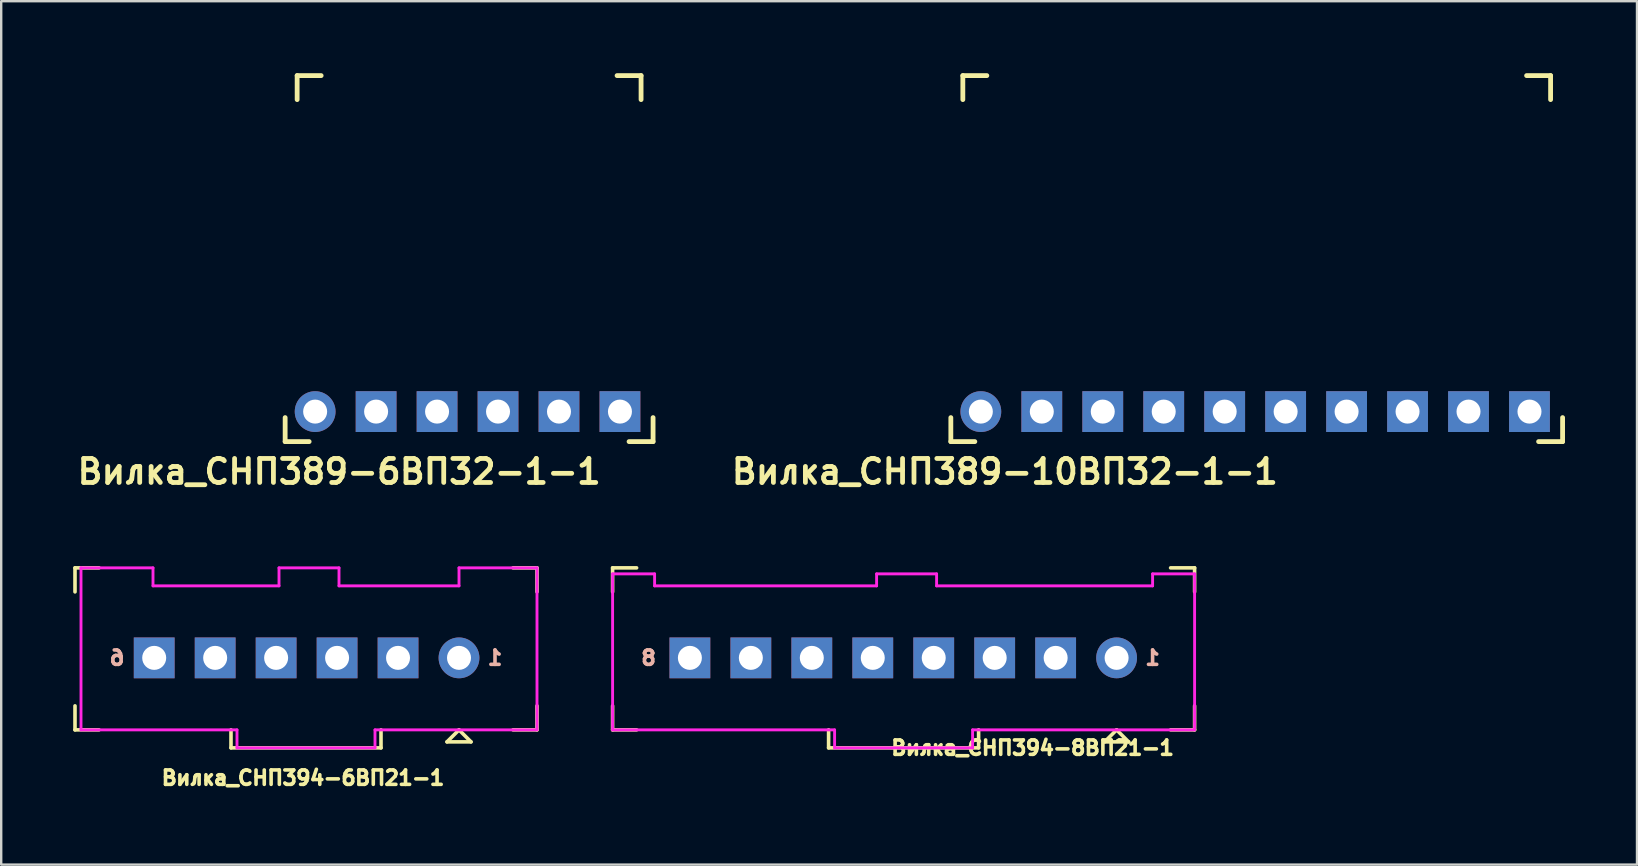
<source format=kicad_pcb>
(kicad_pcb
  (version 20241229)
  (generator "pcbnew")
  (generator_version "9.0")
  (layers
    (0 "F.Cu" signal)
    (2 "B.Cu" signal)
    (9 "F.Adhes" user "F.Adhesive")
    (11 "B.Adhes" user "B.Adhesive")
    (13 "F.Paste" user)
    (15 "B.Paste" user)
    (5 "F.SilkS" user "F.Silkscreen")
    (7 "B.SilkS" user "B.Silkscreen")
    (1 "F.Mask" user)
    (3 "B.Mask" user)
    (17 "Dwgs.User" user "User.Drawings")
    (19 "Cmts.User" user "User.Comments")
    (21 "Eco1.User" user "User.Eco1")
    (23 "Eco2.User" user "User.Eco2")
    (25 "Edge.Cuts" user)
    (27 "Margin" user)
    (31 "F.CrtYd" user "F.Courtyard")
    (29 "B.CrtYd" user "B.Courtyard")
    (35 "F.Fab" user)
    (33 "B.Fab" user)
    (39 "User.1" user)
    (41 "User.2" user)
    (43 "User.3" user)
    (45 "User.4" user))
  (footprint "Вилка_СНП394-8ВП21-1"
    (layer "F.Cu")
    (at 43.475 24.361)
    (property "Reference" "Вилка_СНП394-8ВП21-1" (at -3.5 3.75 180) (layer "F.SilkS") (effects (font (size 0.6 0.6) (thickness 0.15))))
    (attr through_hole)
    (fp_line (start -21 -3.75) (end -21 -2.75) (stroke (width 0.15) (type solid)) (layer "F.SilkS"))
    (fp_line (start -21 2) (end -21 3) (stroke (width 0.15) (type solid)) (layer "F.SilkS"))
    (fp_line (start -21 3) (end -20 3) (stroke (width 0.15) (type solid)) (layer "F.SilkS"))
    (fp_line (start -20 -3.75) (end -21 -3.75) (stroke (width 0.15) (type solid)) (layer "F.SilkS"))
    (fp_line (start -12 3.75) (end -12 3) (stroke (width 0.15) (type solid)) (layer "F.SilkS"))
    (fp_line (start -12 3.75) (end -5.75 3.75) (stroke (width 0.15) (type solid)) (layer "F.SilkS"))
    (fp_line (start -5.75 3.75) (end -5.75 3) (stroke (width 0.15) (type solid)) (layer "F.SilkS"))
    (fp_line (start -0.5 3.5) (end 0.5 3.5) (stroke (width 0.15) (type solid)) (layer "F.SilkS"))
    (fp_line (start 0 3) (end -0.5 3.5) (stroke (width 0.15) (type solid)) (layer "F.SilkS"))
    (fp_line (start 0.5 3.5) (end 0 3) (stroke (width 0.15) (type solid)) (layer "F.SilkS"))
    (fp_line (start 2.25 3) (end 3.25 3) (stroke (width 0.15) (type solid)) (layer "F.SilkS"))
    (fp_line (start 3.25 -3.75) (end 2.25 -3.75) (stroke (width 0.15) (type solid)) (layer "F.SilkS"))
    (fp_line (start 3.25 -2.75) (end 3.25 -3.75) (stroke (width 0.15) (type solid)) (layer "F.SilkS"))
    (fp_line (start 3.25 3) (end 3.25 2) (stroke (width 0.15) (type solid)) (layer "F.SilkS"))
    (fp_line (start -21 -3.5) (end -19.25 -3.5) (stroke (width 0.12) (type solid)) (layer "F.CrtYd"))
    (fp_line (start -21 3) (end -21 -3.5) (stroke (width 0.12) (type solid)) (layer "F.CrtYd"))
    (fp_line (start -19.25 -3.5) (end -19.25 -3) (stroke (width 0.12) (type solid)) (layer "F.CrtYd"))
    (fp_line (start -19.25 -3) (end -10 -3) (stroke (width 0.12) (type solid)) (layer "F.CrtYd"))
    (fp_line (start -11.75 3) (end -21 3) (stroke (width 0.12) (type solid)) (layer "F.CrtYd"))
    (fp_line (start -11.75 3.75) (end -11.75 3) (stroke (width 0.12) (type solid)) (layer "F.CrtYd"))
    (fp_line (start -10 -3.5) (end -7.5 -3.5) (stroke (width 0.12) (type solid)) (layer "F.CrtYd"))
    (fp_line (start -10 -3) (end -10 -3.5) (stroke (width 0.12) (type solid)) (layer "F.CrtYd"))
    (fp_line (start -7.5 -3.5) (end -7.5 -3) (stroke (width 0.12) (type solid)) (layer "F.CrtYd"))
    (fp_line (start -7.5 -3) (end 1.5 -3) (stroke (width 0.12) (type solid)) (layer "F.CrtYd"))
    (fp_line (start -6 3) (end -6 3.75) (stroke (width 0.12) (type solid)) (layer "F.CrtYd"))
    (fp_line (start -6 3.75) (end -11.75 3.75) (stroke (width 0.12) (type solid)) (layer "F.CrtYd"))
    (fp_line (start 1.5 -3.5) (end 1.5 -3) (stroke (width 0.12) (type solid)) (layer "F.CrtYd"))
    (fp_line (start 1.5 -3.5) (end 3.25 -3.5) (stroke (width 0.12) (type solid)) (layer "F.CrtYd"))
    (fp_line (start 3.25 -3.5) (end 3.25 3) (stroke (width 0.12) (type solid)) (layer "F.CrtYd"))
    (fp_line (start 3.25 3) (end -6 3) (stroke (width 0.12) (type solid)) (layer "F.CrtYd"))
    (fp_text user "1" (at 1.5 0 0) (layer "B.SilkS") (effects (font (size 0.6 0.6) (thickness 0.15)) (justify mirror)))
    (fp_text user "8" (at -19.5 0 0) (layer "B.SilkS") (effects (font (size 0.6 0.6) (thickness 0.15)) (justify mirror)))
    (pad "1" thru_hole circle (at 0 0) (size 1.7 1.7) (drill 1) (layers "*.Cu" "*.Mask"))
    (pad "2" thru_hole rect (at -2.54 0) (size 1.7 1.7) (drill 1) (layers "*.Cu" "*.Mask"))
    (pad "3" thru_hole rect (at -5.08 0) (size 1.7 1.7) (drill 1) (layers "*.Cu" "*.Mask"))
    (pad "4" thru_hole rect (at -7.62 0) (size 1.7 1.7) (drill 1) (layers "*.Cu" "*.Mask"))
    (pad "5" thru_hole rect (at -10.16 0) (size 1.7 1.7) (drill 1) (layers "*.Cu" "*.Mask"))
    (pad "6" thru_hole rect (at -12.7 0) (size 1.7 1.7) (drill 1) (layers "*.Cu" "*.Mask"))
    (pad "7" thru_hole rect (at -15.24 0) (size 1.7 1.7) (drill 1) (layers "*.Cu" "*.Mask"))
    (pad "8" thru_hole rect (at -17.78 0) (size 1.7 1.7) (drill 1) (layers "*.Cu" "*.Mask")))
  (footprint "Вилка_СНП389-6ВП32-1-1"
    (layer "F.Cu")
    (at 10.081 14.1)
    (property "Reference" "Вилка_СНП389-6ВП32-1-1" (at 1 2.5 180) (layer "F.SilkS") (effects (font (size 1 1) (thickness 0.2))))
    (attr through_hole)
    (fp_line (start -1.25 1.25) (end -1.25 0.25) (stroke (width 0.2) (type solid)) (layer "F.SilkS"))
    (fp_line (start -1.25 1.25) (end -0.25 1.25) (stroke (width 0.2) (type solid)) (layer "F.SilkS"))
    (fp_line (start -0.75 -14) (end -0.75 -13) (stroke (width 0.2) (type solid)) (layer "F.SilkS"))
    (fp_line (start -0.75 -14) (end 0.25 -14) (stroke (width 0.2) (type solid)) (layer "F.SilkS"))
    (fp_line (start 13.58 -14) (end 12.58 -14) (stroke (width 0.2) (type solid)) (layer "F.SilkS"))
    (fp_line (start 13.58 -14) (end 13.58 -13) (stroke (width 0.2) (type solid)) (layer "F.SilkS"))
    (fp_line (start 14.08 1.25) (end 13.08 1.25) (stroke (width 0.2) (type solid)) (layer "F.SilkS"))
    (fp_line (start 14.08 1.25) (end 14.08 0.25) (stroke (width 0.2) (type solid)) (layer "F.SilkS"))
    (pad "1" thru_hole circle (at 0 0) (size 1.7 1.7) (drill 1) (layers "*.Cu" "*.Mask"))
    (pad "2" thru_hole rect (at 2.54 0) (size 1.7 1.7) (drill 1) (layers "*.Cu" "*.Mask"))
    (pad "3" thru_hole rect (at 5.08 0) (size 1.7 1.7) (drill 1) (layers "*.Cu" "*.Mask"))
    (pad "4" thru_hole rect (at 7.62 0) (size 1.7 1.7) (drill 1) (layers "*.Cu" "*.Mask"))
    (pad "5" thru_hole rect (at 10.16 0) (size 1.7 1.7) (drill 1) (layers "*.Cu" "*.Mask"))
    (pad "6" thru_hole rect (at 12.7 0) (size 1.7 1.7) (drill 1) (layers "*.Cu" "*.Mask")))
  (footprint "Вилка_СНП394-6ВП21-1"
    (layer "F.Cu")
    (at 16.075 24.361)
    (property "Reference" "Вилка_СНП394-6ВП21-1" (at -6.5 5 0) (layer "F.SilkS") (effects (font (size 0.6 0.6) (thickness 0.15))))
    (attr through_hole)
    (fp_line (start -16 -3.75) (end -16 -2.75) (stroke (width 0.15) (type solid)) (layer "F.SilkS"))
    (fp_line (start -16 -3.75) (end -15 -3.75) (stroke (width 0.15) (type solid)) (layer "F.SilkS"))
    (fp_line (start -16 3) (end -16 2) (stroke (width 0.15) (type solid)) (layer "F.SilkS"))
    (fp_line (start -16 3) (end -15 3) (stroke (width 0.15) (type solid)) (layer "F.SilkS"))
    (fp_line (start -9.5 3) (end -9.5 3.75) (stroke (width 0.15) (type solid)) (layer "F.SilkS"))
    (fp_line (start -9.5 3.75) (end -3.25 3.75) (stroke (width 0.15) (type solid)) (layer "F.SilkS"))
    (fp_line (start -3.25 3) (end -3.25 3.75) (stroke (width 0.15) (type solid)) (layer "F.SilkS"))
    (fp_line (start -0.5 3.5) (end 0.5 3.5) (stroke (width 0.15) (type solid)) (layer "F.SilkS"))
    (fp_line (start 0 3) (end -0.5 3.5) (stroke (width 0.15) (type solid)) (layer "F.SilkS"))
    (fp_line (start 0.5 3.5) (end 0 3) (stroke (width 0.15) (type solid)) (layer "F.SilkS"))
    (fp_line (start 3.25 -3.75) (end 2.25 -3.75) (stroke (width 0.15) (type solid)) (layer "F.SilkS"))
    (fp_line (start 3.25 -3.75) (end 3.25 -2.75) (stroke (width 0.15) (type solid)) (layer "F.SilkS"))
    (fp_line (start 3.25 3) (end 2.25 3) (stroke (width 0.15) (type solid)) (layer "F.SilkS"))
    (fp_line (start 3.25 3) (end 3.25 2) (stroke (width 0.15) (type solid)) (layer "F.SilkS"))
    (fp_line (start -15.75 -3.75) (end -12.75 -3.75) (stroke (width 0.12) (type solid)) (layer "F.CrtYd"))
    (fp_line (start -15.75 3) (end -15.75 -3.75) (stroke (width 0.12) (type solid)) (layer "F.CrtYd"))
    (fp_line (start -12.75 -3.75) (end -12.75 -3) (stroke (width 0.12) (type solid)) (layer "F.CrtYd"))
    (fp_line (start -12.75 -3) (end -7.5 -3) (stroke (width 0.12) (type solid)) (layer "F.CrtYd"))
    (fp_line (start -9.25 3) (end -15.75 3) (stroke (width 0.12) (type solid)) (layer "F.CrtYd"))
    (fp_line (start -9.25 3.75) (end -9.25 3) (stroke (width 0.12) (type solid)) (layer "F.CrtYd"))
    (fp_line (start -7.5 -3.75) (end -5 -3.75) (stroke (width 0.12) (type solid)) (layer "F.CrtYd"))
    (fp_line (start -7.5 -3) (end -7.5 -3.75) (stroke (width 0.12) (type solid)) (layer "F.CrtYd"))
    (fp_line (start -5 -3.75) (end -5 -3) (stroke (width 0.12) (type solid)) (layer "F.CrtYd"))
    (fp_line (start -5 -3) (end 0 -3) (stroke (width 0.12) (type solid)) (layer "F.CrtYd"))
    (fp_line (start -3.5 3) (end -3.5 3.75) (stroke (width 0.12) (type solid)) (layer "F.CrtYd"))
    (fp_line (start -3.5 3.75) (end -9.25 3.75) (stroke (width 0.12) (type solid)) (layer "F.CrtYd"))
    (fp_line (start 0 -3.75) (end 3.25 -3.75) (stroke (width 0.12) (type solid)) (layer "F.CrtYd"))
    (fp_line (start 0 -3) (end 0 -3.75) (stroke (width 0.12) (type solid)) (layer "F.CrtYd"))
    (fp_line (start 3.25 -3.75) (end 3.25 3) (stroke (width 0.12) (type solid)) (layer "F.CrtYd"))
    (fp_line (start 3.25 3) (end -3.5 3) (stroke (width 0.12) (type solid)) (layer "F.CrtYd"))
    (fp_text user "6" (at -14.25 0 0) (layer "B.SilkS") (effects (font (size 0.6 0.6) (thickness 0.15)) (justify mirror)))
    (fp_text user "1" (at 1.5 0 0) (layer "B.SilkS") (effects (font (size 0.6 0.6) (thickness 0.15)) (justify mirror)))
    (pad "1" thru_hole circle (at 0 0) (size 1.7 1.7) (drill 1) (layers "*.Cu" "*.Mask"))
    (pad "2" thru_hole rect (at -2.54 0) (size 1.7 1.7) (drill 1) (layers "*.Cu" "*.Mask"))
    (pad "3" thru_hole rect (at -5.08 0) (size 1.7 1.7) (drill 1) (layers "*.Cu" "*.Mask"))
    (pad "4" thru_hole rect (at -7.62 0) (size 1.7 1.7) (drill 1) (layers "*.Cu" "*.Mask"))
    (pad "5" thru_hole rect (at -10.16 0) (size 1.7 1.7) (drill 1) (layers "*.Cu" "*.Mask"))
    (pad "6" thru_hole rect (at -12.7 0) (size 1.7 1.7) (drill 1) (layers "*.Cu" "*.Mask")))
  (footprint "Вилка_СНП389-10ВП32-1-1"
    (layer "F.Cu")
    (at 37.818 14.1)
    (property "Reference" "Вилка_СНП389-10ВП32-1-1" (at 1 2.5 180) (layer "F.SilkS") (effects (font (size 1 1) (thickness 0.2))))
    (attr through_hole)
    (fp_line (start -1.25 1.25) (end -1.25 0.25) (stroke (width 0.2) (type solid)) (layer "F.SilkS"))
    (fp_line (start -1.25 1.25) (end -0.25 1.25) (stroke (width 0.2) (type solid)) (layer "F.SilkS"))
    (fp_line (start -0.75 -14) (end -0.75 -13) (stroke (width 0.2) (type solid)) (layer "F.SilkS"))
    (fp_line (start -0.75 -14) (end 0.25 -14) (stroke (width 0.2) (type solid)) (layer "F.SilkS"))
    (fp_line (start 23.74 -14) (end 22.74 -14) (stroke (width 0.2) (type solid)) (layer "F.SilkS"))
    (fp_line (start 23.74 -14) (end 23.74 -13) (stroke (width 0.2) (type solid)) (layer "F.SilkS"))
    (fp_line (start 24.24 1.25) (end 23.24 1.25) (stroke (width 0.2) (type solid)) (layer "F.SilkS"))
    (fp_line (start 24.24 1.25) (end 24.24 0.25) (stroke (width 0.2) (type solid)) (layer "F.SilkS"))
    (pad "1" thru_hole circle (at 0 0) (size 1.7 1.7) (drill 1) (layers "*.Cu" "*.Mask"))
    (pad "2" thru_hole rect (at 2.54 0) (size 1.7 1.7) (drill 1) (layers "*.Cu" "*.Mask"))
    (pad "3" thru_hole rect (at 5.08 0) (size 1.7 1.7) (drill 1) (layers "*.Cu" "*.Mask"))
    (pad "4" thru_hole rect (at 7.62 0) (size 1.7 1.7) (drill 1) (layers "*.Cu" "*.Mask"))
    (pad "5" thru_hole rect (at 10.16 0) (size 1.7 1.7) (drill 1) (layers "*.Cu" "*.Mask"))
    (pad "6" thru_hole rect (at 12.7 0) (size 1.7 1.7) (drill 1) (layers "*.Cu" "*.Mask"))
    (pad "7" thru_hole rect (at 15.24 0) (size 1.7 1.7) (drill 1) (layers "*.Cu" "*.Mask"))
    (pad "8" thru_hole rect (at 17.78 0) (size 1.7 1.7) (drill 1) (layers "*.Cu" "*.Mask"))
    (pad "9" thru_hole rect (at 20.32 0) (size 1.7 1.7) (drill 1) (layers "*.Cu" "*.Mask"))
    (pad "10" thru_hole rect (at 22.86 0) (size 1.7 1.7) (drill 1) (layers "*.Cu" "*.Mask")))
  (gr_rect
    (start -3 -3)
    (end 65.158 32.975)
    (stroke (width 0.1) (type default))
    (fill no)
    (layer "Edge.Cuts")))
</source>
